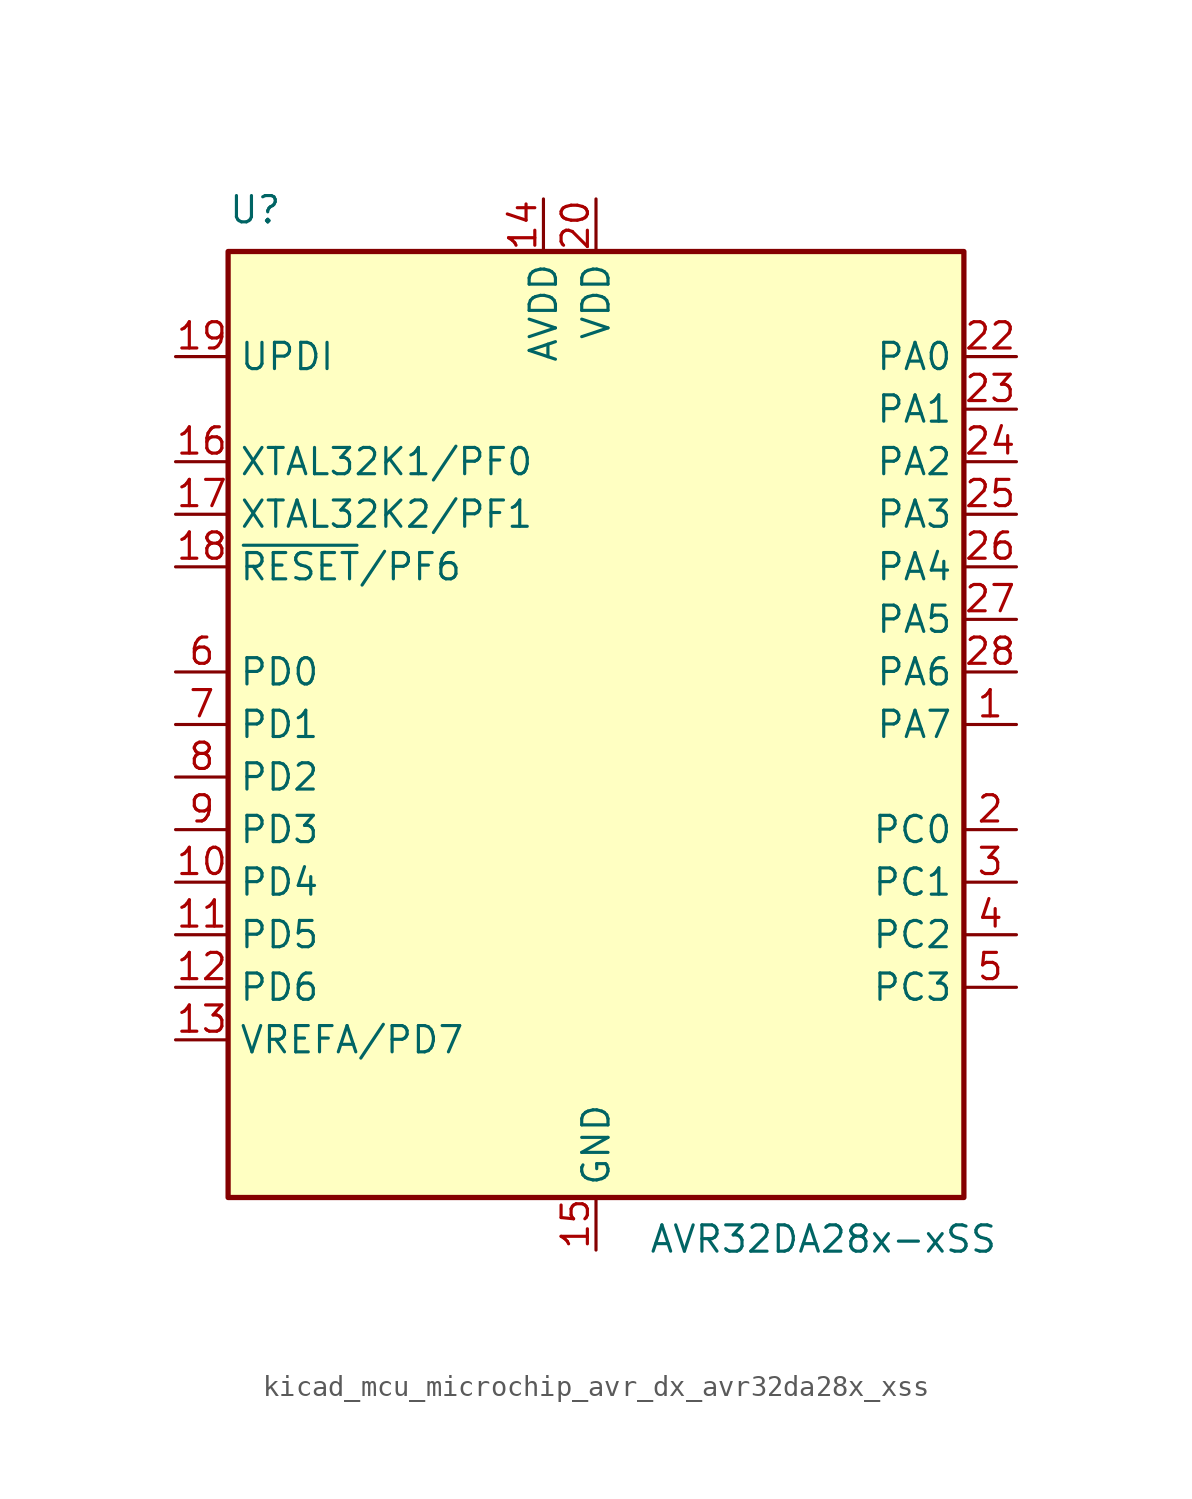
<source format=kicad_sym>
(kicad_symbol_lib
  (version 20220914)
  (generator kicad_symbol_editor)
  (symbol "kicad_mcu_microchip_avr_dx_avr32da28x_xss"
    (property "Reference" "U"
      (at -17.78 24.13 0)
      (effects (font (size 1.27 1.27)) (justify left bottom)))
    (property "Value" "AVR32DA28x-xSS"
      (at 2.54 -24.13 0)
      (effects (font (size 1.27 1.27)) (justify left top)))
    (symbol "kicad_mcu_microchip_avr_dx_avr32da28x_xss_0_1"
      (rectangle (start -17.78 22.86) (end 17.78 -22.86) (stroke (width 0.254) (type default)) (fill (type background))))
    (symbol "kicad_mcu_microchip_avr_dx_avr32da28x_xss_1_1"
      (pin bidirectional line (at 20.32 0 180) (length 2.54) (name "PA7" (effects (font (size 1.27 1.27)))) (number "1" (effects (font (size 1.27 1.27)))))
      (pin bidirectional line (at -20.32 -7.62 0) (length 2.54) (name "PD4" (effects (font (size 1.27 1.27)))) (number "10" (effects (font (size 1.27 1.27)))))
      (pin bidirectional line (at -20.32 -10.16 0) (length 2.54) (name "PD5" (effects (font (size 1.27 1.27)))) (number "11" (effects (font (size 1.27 1.27)))))
      (pin bidirectional line (at -20.32 -12.7 0) (length 2.54) (name "PD6" (effects (font (size 1.27 1.27)))) (number "12" (effects (font (size 1.27 1.27)))))
      (pin bidirectional line (at -20.32 -15.24 0) (length 2.54) (name "VREFA/PD7" (effects (font (size 1.27 1.27)))) (number "13" (effects (font (size 1.27 1.27)))))
      (pin power_in line (at -2.54 25.4 270) (length 2.54) (name "AVDD" (effects (font (size 1.27 1.27)))) (number "14" (effects (font (size 1.27 1.27)))))
      (pin power_in line (at 0 -25.4 90) (length 2.54) (name "GND" (effects (font (size 1.27 1.27)))) (number "15" (effects (font (size 1.27 1.27)))))
      (pin bidirectional line (at -20.32 12.7 0) (length 2.54) (name "XTAL32K1/PF0" (effects (font (size 1.27 1.27)))) (number "16" (effects (font (size 1.27 1.27)))))
      (pin bidirectional line (at -20.32 10.16 0) (length 2.54) (name "XTAL32K2/PF1" (effects (font (size 1.27 1.27)))) (number "17" (effects (font (size 1.27 1.27)))))
      (pin bidirectional line (at -20.32 7.62 0) (length 2.54) (name "~{RESET}/PF6" (effects (font (size 1.27 1.27)))) (number "18" (effects (font (size 1.27 1.27)))))
      (pin input line (at -20.32 17.78 0) (length 2.54) (name "UPDI" (effects (font (size 1.27 1.27)))) (number "19" (effects (font (size 1.27 1.27)))))
      (pin bidirectional line (at 20.32 -5.08 180) (length 2.54) (name "PC0" (effects (font (size 1.27 1.27)))) (number "2" (effects (font (size 1.27 1.27)))))
      (pin power_in line (at 0 25.4 270) (length 2.54) (name "VDD" (effects (font (size 1.27 1.27)))) (number "20" (effects (font (size 1.27 1.27)))))
      (pin passive line (at 0 -25.4 90) (length 2.54) hide (name "GND" (effects (font (size 1.27 1.27)))) (number "21" (effects (font (size 1.27 1.27)))))
      (pin bidirectional line (at 20.32 17.78 180) (length 2.54) (name "PA0" (effects (font (size 1.27 1.27)))) (number "22" (effects (font (size 1.27 1.27)))))
      (pin bidirectional line (at 20.32 15.24 180) (length 2.54) (name "PA1" (effects (font (size 1.27 1.27)))) (number "23" (effects (font (size 1.27 1.27)))))
      (pin bidirectional line (at 20.32 12.7 180) (length 2.54) (name "PA2" (effects (font (size 1.27 1.27)))) (number "24" (effects (font (size 1.27 1.27)))))
      (pin bidirectional line (at 20.32 10.16 180) (length 2.54) (name "PA3" (effects (font (size 1.27 1.27)))) (number "25" (effects (font (size 1.27 1.27)))))
      (pin bidirectional line (at 20.32 7.62 180) (length 2.54) (name "PA4" (effects (font (size 1.27 1.27)))) (number "26" (effects (font (size 1.27 1.27)))))
      (pin bidirectional line (at 20.32 5.08 180) (length 2.54) (name "PA5" (effects (font (size 1.27 1.27)))) (number "27" (effects (font (size 1.27 1.27)))))
      (pin bidirectional line (at 20.32 2.54 180) (length 2.54) (name "PA6" (effects (font (size 1.27 1.27)))) (number "28" (effects (font (size 1.27 1.27)))))
      (pin bidirectional line (at 20.32 -7.62 180) (length 2.54) (name "PC1" (effects (font (size 1.27 1.27)))) (number "3" (effects (font (size 1.27 1.27)))))
      (pin bidirectional line (at 20.32 -10.16 180) (length 2.54) (name "PC2" (effects (font (size 1.27 1.27)))) (number "4" (effects (font (size 1.27 1.27)))))
      (pin bidirectional line (at 20.32 -12.7 180) (length 2.54) (name "PC3" (effects (font (size 1.27 1.27)))) (number "5" (effects (font (size 1.27 1.27)))))
      (pin bidirectional line (at -20.32 2.54 0) (length 2.54) (name "PD0" (effects (font (size 1.27 1.27)))) (number "6" (effects (font (size 1.27 1.27)))))
      (pin bidirectional line (at -20.32 0 0) (length 2.54) (name "PD1" (effects (font (size 1.27 1.27)))) (number "7" (effects (font (size 1.27 1.27)))))
      (pin bidirectional line (at -20.32 -2.54 0) (length 2.54) (name "PD2" (effects (font (size 1.27 1.27)))) (number "8" (effects (font (size 1.27 1.27)))))
      (pin bidirectional line (at -20.32 -5.08 0) (length 2.54) (name "PD3" (effects (font (size 1.27 1.27)))) (number "9" (effects (font (size 1.27 1.27))))))))
</source>
